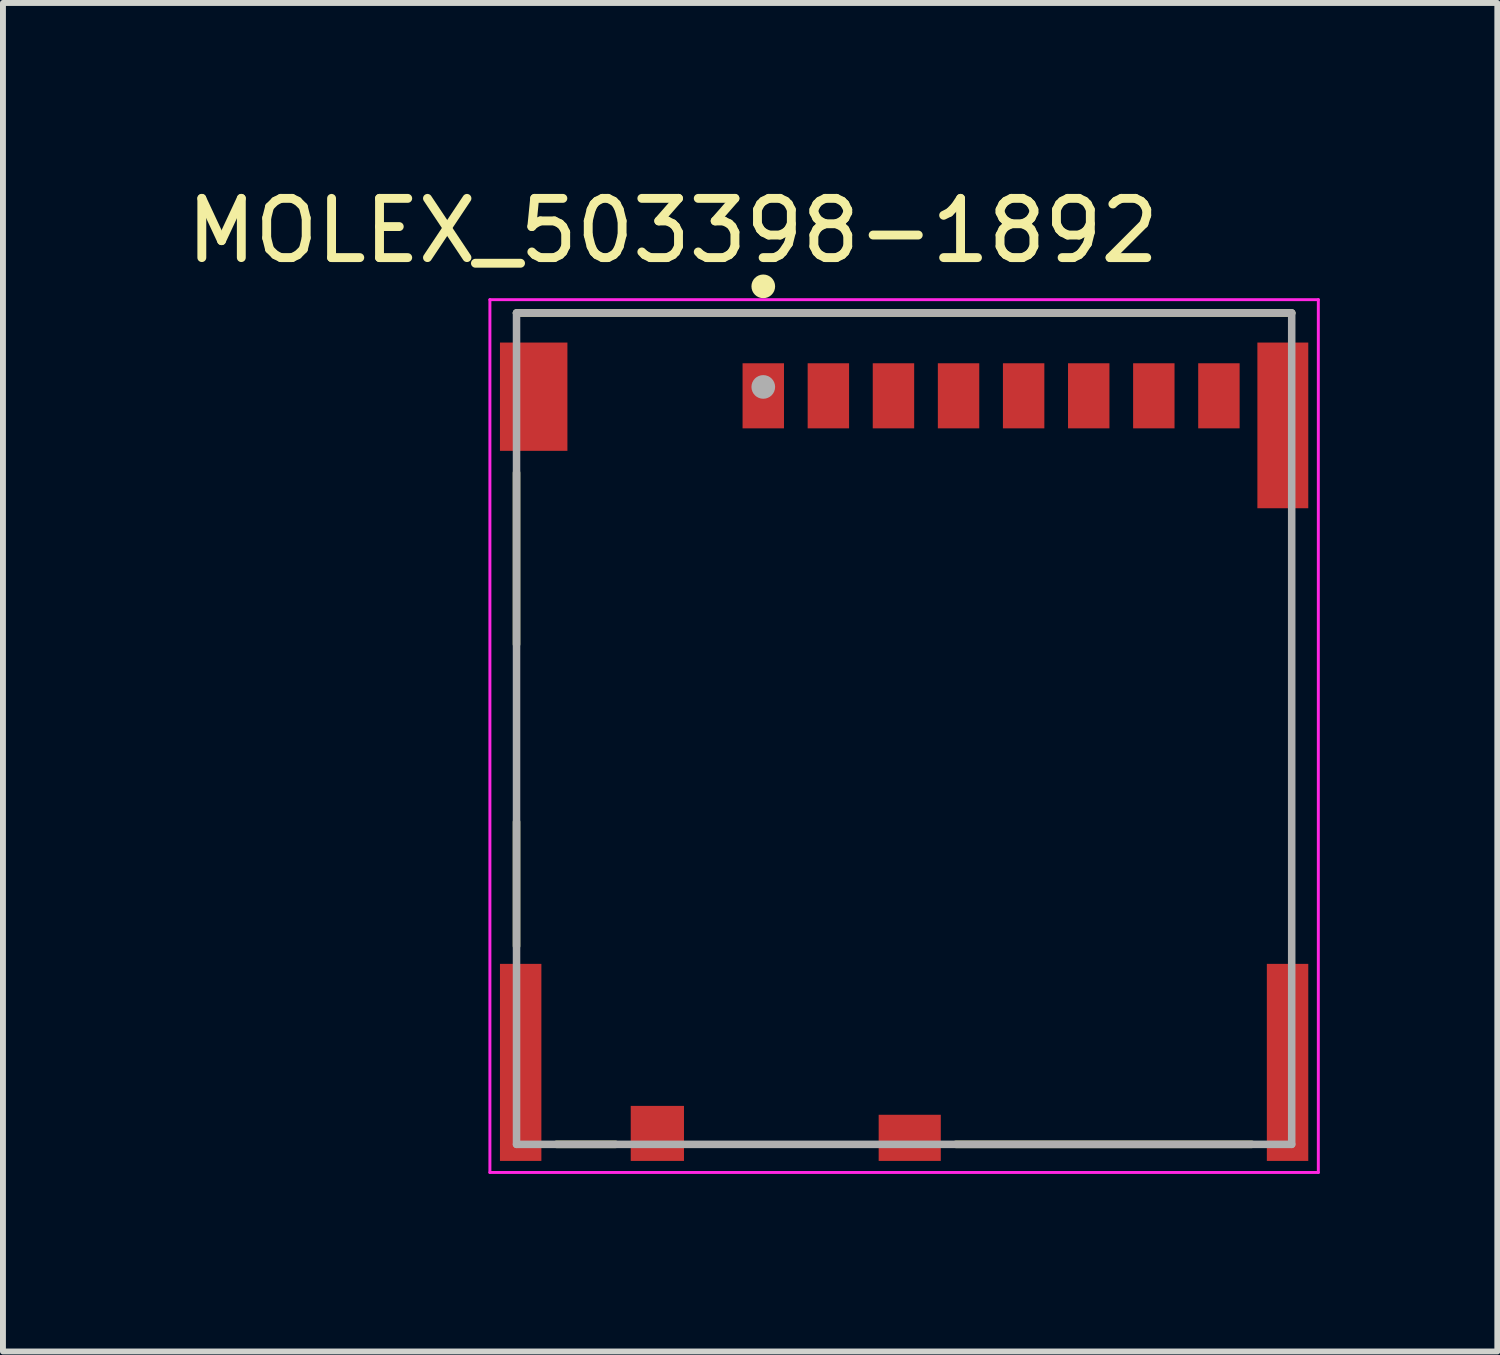
<source format=kicad_pcb>
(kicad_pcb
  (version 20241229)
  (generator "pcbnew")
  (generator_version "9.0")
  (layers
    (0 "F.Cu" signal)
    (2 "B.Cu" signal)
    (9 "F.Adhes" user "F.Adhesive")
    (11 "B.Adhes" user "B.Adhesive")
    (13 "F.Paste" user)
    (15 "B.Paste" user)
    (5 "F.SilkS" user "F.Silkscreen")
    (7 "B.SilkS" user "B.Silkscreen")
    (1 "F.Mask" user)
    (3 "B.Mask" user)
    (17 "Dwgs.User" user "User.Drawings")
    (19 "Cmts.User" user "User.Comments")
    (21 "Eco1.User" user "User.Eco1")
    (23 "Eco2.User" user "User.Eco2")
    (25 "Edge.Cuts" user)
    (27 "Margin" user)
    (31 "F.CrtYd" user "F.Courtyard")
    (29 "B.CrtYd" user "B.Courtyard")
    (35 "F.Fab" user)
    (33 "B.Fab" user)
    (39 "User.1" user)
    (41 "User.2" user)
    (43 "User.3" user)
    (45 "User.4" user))
  (footprint "MOLEX_503398-1892"
    (layer "F.Cu")
    (at 12.229 9.264)
    (property "Reference" "MOLEX_503398-1892" (at -3.908 -8.416 0) (layer "F.SilkS") (effects (font (size 1.001 1.001) (thickness 0.15))))
    (attr smd)
    (fp_line (start -6.55 -7.025) (end 6.55 -7.025) (stroke (width 0.127) (type solid)) (layer "F.SilkS"))
    (fp_line (start -6.55 -4.325) (end -6.55 -1.425) (stroke (width 0.127) (type solid)) (layer "F.SilkS"))
    (fp_line (start -6.55 1.575) (end -6.55 3.675) (stroke (width 0.127) (type solid)) (layer "F.SilkS"))
    (fp_line (start -5.876 7.025) (end -4.874 7.025) (stroke (width 0.127) (type solid)) (layer "F.SilkS"))
    (fp_line (start 0.874 7.025) (end 5.876 7.025) (stroke (width 0.127) (type solid)) (layer "F.SilkS"))
    (fp_circle (center -2.38 -7.475) (end -2.28 -7.475) (stroke (width 0.2) (type solid)) (fill no) (layer "F.SilkS"))
    (fp_line (start -7 -7.25) (end 7 -7.25) (stroke (width 0.05) (type solid)) (layer "F.CrtYd"))
    (fp_line (start -7 7.5) (end -7 -7.25) (stroke (width 0.05) (type solid)) (layer "F.CrtYd"))
    (fp_line (start 7 -7.25) (end 7 7.5) (stroke (width 0.05) (type solid)) (layer "F.CrtYd"))
    (fp_line (start 7 7.5) (end -7 7.5) (stroke (width 0.05) (type solid)) (layer "F.CrtYd"))
    (fp_line (start -6.55 -7.025) (end 6.55 -7.025) (stroke (width 0.127) (type solid)) (layer "F.Fab"))
    (fp_line (start -6.55 7.025) (end -6.55 -7.025) (stroke (width 0.127) (type solid)) (layer "F.Fab"))
    (fp_line (start 6.55 -7.025) (end 6.55 7.025) (stroke (width 0.127) (type solid)) (layer "F.Fab"))
    (fp_line (start 6.55 7.025) (end -6.55 7.025) (stroke (width 0.127) (type solid)) (layer "F.Fab"))
    (fp_circle (center -2.38 -5.775) (end -2.28 -5.775) (stroke (width 0.2) (type solid)) (fill no) (layer "F.Fab"))
    (pad "1" smd rect (at -2.38 -5.625) (size 0.7 1.1) (layers "F.Cu" "F.Mask" "F.Paste"))
    (pad "2" smd rect (at -1.28 -5.625) (size 0.7 1.1) (layers "F.Cu" "F.Mask" "F.Paste"))
    (pad "3" smd rect (at -0.18 -5.625) (size 0.7 1.1) (layers "F.Cu" "F.Mask" "F.Paste"))
    (pad "4" smd rect (at 0.92 -5.625) (size 0.7 1.1) (layers "F.Cu" "F.Mask" "F.Paste"))
    (pad "5" smd rect (at 2.02 -5.625) (size 0.7 1.1) (layers "F.Cu" "F.Mask" "F.Paste"))
    (pad "6" smd rect (at 3.12 -5.625) (size 0.7 1.1) (layers "F.Cu" "F.Mask" "F.Paste"))
    (pad "7" smd rect (at 4.22 -5.625) (size 0.7 1.1) (layers "F.Cu" "F.Mask" "F.Paste"))
    (pad "8" smd rect (at 5.32 -5.625) (size 0.7 1.1) (layers "F.Cu" "F.Mask" "F.Paste"))
    (pad "9" smd rect (at -4.17 6.84) (size 0.9 0.93) (layers "F.Cu" "F.Mask" "F.Paste"))
    (pad "10" smd rect (at 0.095 6.915) (size 1.05 0.78) (layers "F.Cu" "F.Mask" "F.Paste"))
    (pad "P1" smd rect (at -6.26 -5.61) (size 1.14 1.83) (layers "F.Cu" "F.Mask" "F.Paste"))
    (pad "P2" smd rect (at 6.4 -5.125) (size 0.86 2.8) (layers "F.Cu" "F.Mask" "F.Paste"))
    (pad "P3" smd rect (at -6.48 5.64) (size 0.7 3.33) (layers "F.Cu" "F.Mask" "F.Paste"))
    (pad "P4" smd rect (at 6.48 5.64) (size 0.7 3.33) (layers "F.Cu" "F.Mask" "F.Paste"))
    (zone (net_name "") (layer "F.Cu") (hatch full 0.508) (connect_pads) (min_thickness 0.01) (filled_areas_thickness no) (keepout (tracks not_allowed) (vias not_allowed) (pads not_allowed) (copperpour not_allowed) (footprints allowed)) (placement (enabled no)) (fill) (polygon (pts (xy 5.392 8.139) (xy 6.099 8.139) (xy 6.099 10.541) (xy 5.392 10.541))))
    (zone (net_name "") (layer "F.Cu") (hatch full 0.508) (connect_pads) (min_thickness 0.01) (filled_areas_thickness no) (keepout (tracks not_allowed) (vias not_allowed) (pads not_allowed) (copperpour not_allowed) (footprints allowed)) (placement (enabled no)) (fill) (polygon (pts (xy 6.983 13.839) (xy 7.544 13.839) (xy 7.544 16.003) (xy 6.983 16.003))))
    (zone (net_name "") (layer "F.Cu") (hatch full 0.508) (connect_pads) (min_thickness 0.01) (filled_areas_thickness no) (keepout (tracks not_allowed) (vias not_allowed) (pads not_allowed) (copperpour not_allowed) (footprints allowed)) (placement (enabled no)) (fill) (polygon (pts (xy 9.006 15.639) (xy 9.559 15.639) (xy 9.559 16.195) (xy 9.006 16.195))))
    (zone (net_name "") (layer "F.Cu") (hatch full 0.508) (connect_pads) (min_thickness 0.0001) (filled_areas_thickness no) (keepout (tracks not_allowed) (vias not_allowed) (pads not_allowed) (copperpour not_allowed) (footprints allowed)) (placement (enabled no)) (fill) (polygon (pts (xy 9.059 5.539) (xy 9.059 10.539) (xy 8.409 10.539) (xy 8.409 13.139) (xy 12.799 13.139) (xy 12.799 14.389) (xy 10.499 14.389) (xy 10.499 16.569) (xy 11.799 16.569) (xy 11.799 15.789) (xy 18.359 15.789) (xy 18.359 13.239) (xy 19.059 13.239) (xy 19.059 5.539))))
    (zone (net_name "") (layers "F.Cu" "B.Cu") (hatch full 0.508) (connect_pads) (min_thickness 0.01) (filled_areas_thickness no) (keepout (tracks allowed) (vias not_allowed) (pads allowed) (copperpour allowed) (footprints allowed)) (placement (enabled no)) (fill) (polygon (pts (xy 5.387 8.139) (xy 6.099 8.139) (xy 6.099 10.542) (xy 5.387 10.542))))
    (zone (net_name "") (layers "F.Cu" "B.Cu") (hatch full 0.508) (connect_pads) (min_thickness 0.01) (filled_areas_thickness no) (keepout (tracks allowed) (vias not_allowed) (pads allowed) (copperpour allowed) (footprints allowed)) (placement (enabled no)) (fill) (polygon (pts (xy 6.99 13.839) (xy 7.544 13.839) (xy 7.544 15.994) (xy 6.99 15.994))))
    (zone (net_name "") (layers "F.Cu" "B.Cu") (hatch full 0.508) (connect_pads) (min_thickness 0.01) (filled_areas_thickness no) (keepout (tracks allowed) (vias not_allowed) (pads allowed) (copperpour allowed) (footprints allowed)) (placement (enabled no)) (fill) (polygon (pts (xy 9.003 15.639) (xy 9.559 15.639) (xy 9.559 16.201) (xy 9.003 16.201))))
    (zone (net_name "") (layers "F.Cu" "B.Cu") (hatch full 0.508) (connect_pads) (min_thickness 0.0001) (filled_areas_thickness no) (keepout (tracks allowed) (vias not_allowed) (pads allowed) (copperpour allowed) (footprints allowed)) (placement (enabled no)) (fill) (polygon (pts (xy 9.059 5.539) (xy 9.059 10.539) (xy 8.409 10.539) (xy 8.409 13.139) (xy 12.799 13.139) (xy 12.799 14.389) (xy 10.499 14.389) (xy 10.499 16.569) (xy 11.799 16.569) (xy 11.799 15.789) (xy 18.359 15.789) (xy 18.359 13.239) (xy 19.059 13.239) (xy 19.059 5.539)))))
  (gr_rect
    (start -3 -3)
    (end 22.254 19.789)
    (stroke (width 0.1) (type default))
    (fill no)
    (layer "Edge.Cuts")))
</source>
